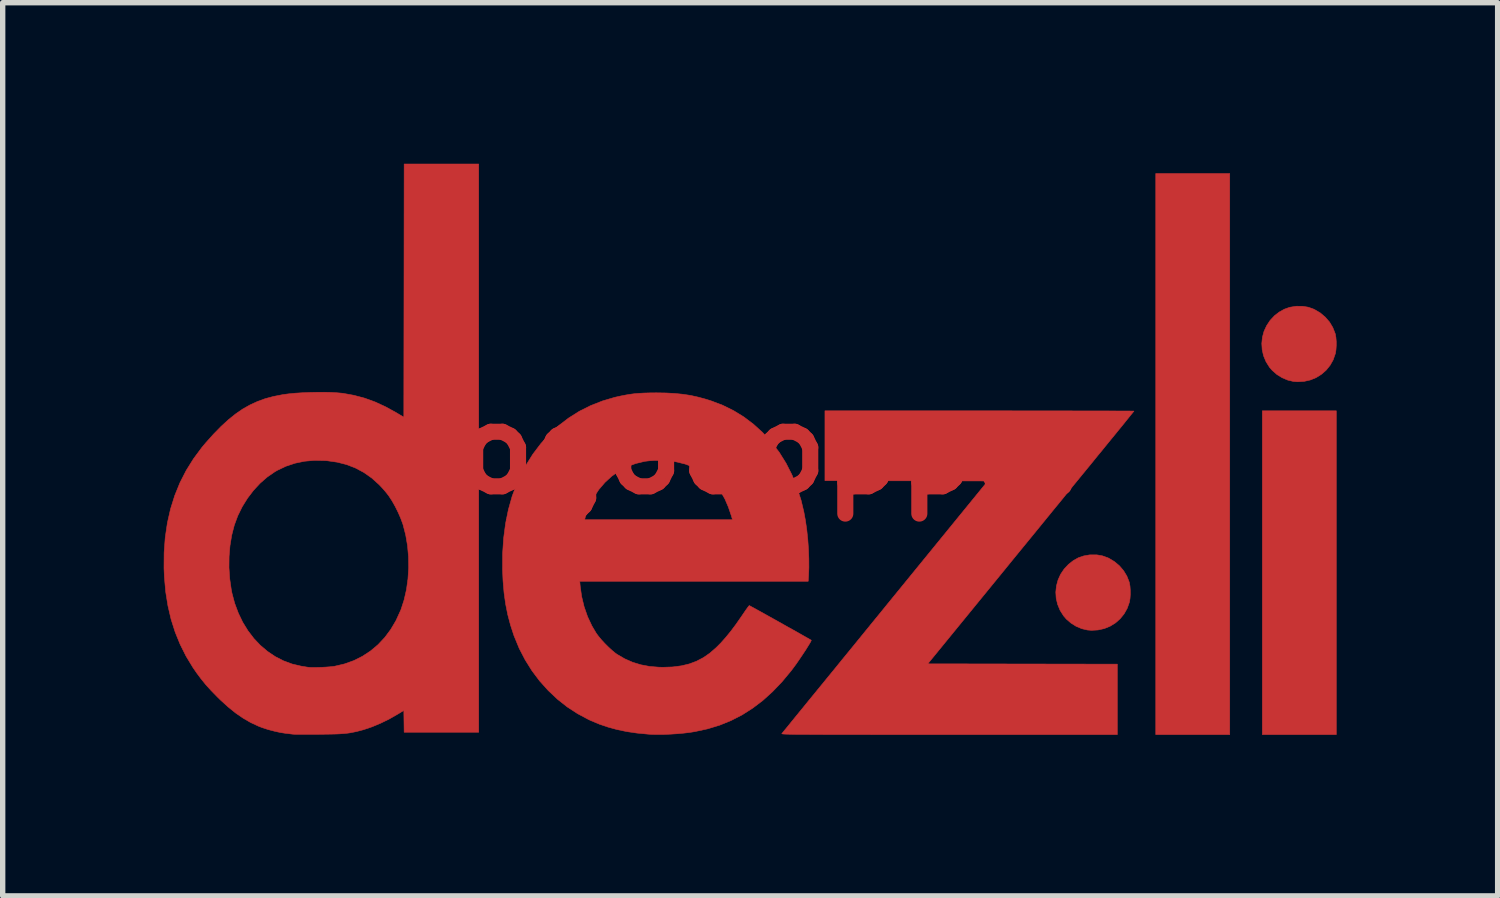
<source format=kicad_pcb>
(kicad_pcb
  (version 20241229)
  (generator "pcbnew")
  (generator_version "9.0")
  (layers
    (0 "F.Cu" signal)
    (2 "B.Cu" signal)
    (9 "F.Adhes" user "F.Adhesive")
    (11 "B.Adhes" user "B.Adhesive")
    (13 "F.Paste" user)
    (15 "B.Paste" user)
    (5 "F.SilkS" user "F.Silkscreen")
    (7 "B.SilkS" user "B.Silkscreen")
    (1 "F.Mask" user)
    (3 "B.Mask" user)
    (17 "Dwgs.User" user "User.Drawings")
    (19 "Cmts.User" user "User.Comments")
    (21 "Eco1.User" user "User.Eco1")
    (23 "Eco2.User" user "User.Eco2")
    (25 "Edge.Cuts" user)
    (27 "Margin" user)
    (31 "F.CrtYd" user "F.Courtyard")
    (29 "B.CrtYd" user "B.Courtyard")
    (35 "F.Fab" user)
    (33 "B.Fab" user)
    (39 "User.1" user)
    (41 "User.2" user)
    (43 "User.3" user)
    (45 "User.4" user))
  (footprint "logocopper"
    (layer "F.Cu")
    (at 11.026 5.319)
    (property "Reference" "logocopper" (at 0 0 0) (layer "F.Cu") (effects (font (size 1.524 1.524) (thickness 0.3))))
    (attr through_hole)
    (fp_poly (pts (xy 8.83 5.314) (xy 7.452 5.314) (xy 7.452 -5.137) (xy 8.83 -5.137) (xy 8.83 5.314)) (stroke (width 0.01) (type solid)) (fill yes) (layer "F.Cu"))
    (fp_poly (pts (xy 10.815 5.314) (xy 9.437 5.314) (xy 9.437 -0.717) (xy 10.815 -0.717) (xy 10.815 5.314)) (stroke (width 0.01) (type solid)) (fill yes) (layer "F.Cu"))
    (fp_poly (pts (xy 6.353 1.966) (xy 6.457 1.984) (xy 6.558 2.02) (xy 6.576 2.028) (xy 6.681 2.091) (xy 6.774 2.169) (xy 6.852 2.26) (xy 6.914 2.362) (xy 6.957 2.472) (xy 6.961 2.489) (xy 6.972 2.549) (xy 6.977 2.622) (xy 6.978 2.701) (xy 6.973 2.776) (xy 6.963 2.839) (xy 6.961 2.848) (xy 6.92 2.963) (xy 6.862 3.066) (xy 6.788 3.157) (xy 6.701 3.234) (xy 6.602 3.295) (xy 6.494 3.339) (xy 6.378 3.365) (xy 6.257 3.372) (xy 6.179 3.366) (xy 6.073 3.341) (xy 5.97 3.298) (xy 5.873 3.237) (xy 5.787 3.163) (xy 5.736 3.104) (xy 5.67 3) (xy 5.624 2.889) (xy 5.597 2.775) (xy 5.59 2.66) (xy 5.602 2.545) (xy 5.632 2.433) (xy 5.68 2.327) (xy 5.746 2.229) (xy 5.829 2.141) (xy 5.916 2.073) (xy 6.01 2.02) (xy 6.11 1.986) (xy 6.219 1.967) (xy 6.24 1.966) (xy 6.353 1.966)) (stroke (width 0.01) (type solid)) (fill yes) (layer "F.Cu"))
    (fp_poly (pts (xy 10.19 -2.664) (xy 10.293 -2.647) (xy 10.394 -2.611) (xy 10.412 -2.602) (xy 10.517 -2.54) (xy 10.61 -2.461) (xy 10.689 -2.37) (xy 10.75 -2.268) (xy 10.793 -2.158) (xy 10.798 -2.142) (xy 10.808 -2.081) (xy 10.814 -2.008) (xy 10.814 -1.93) (xy 10.809 -1.855) (xy 10.8 -1.791) (xy 10.797 -1.782) (xy 10.757 -1.667) (xy 10.699 -1.564) (xy 10.625 -1.473) (xy 10.538 -1.397) (xy 10.439 -1.335) (xy 10.33 -1.291) (xy 10.214 -1.265) (xy 10.093 -1.258) (xy 10.016 -1.264) (xy 9.91 -1.289) (xy 9.806 -1.333) (xy 9.709 -1.393) (xy 9.624 -1.467) (xy 9.572 -1.526) (xy 9.506 -1.631) (xy 9.46 -1.741) (xy 9.434 -1.855) (xy 9.427 -1.971) (xy 9.438 -2.085) (xy 9.468 -2.197) (xy 9.517 -2.303) (xy 9.582 -2.401) (xy 9.665 -2.49) (xy 9.752 -2.557) (xy 9.847 -2.61) (xy 9.946 -2.645) (xy 10.056 -2.663) (xy 10.077 -2.665) (xy 10.19 -2.664)) (stroke (width 0.01) (type solid)) (fill yes) (layer "F.Cu"))
    (fp_poly (pts (xy 4.418 -0.717) (xy 4.662 -0.717) (xy 4.9 -0.716) (xy 5.13 -0.716) (xy 5.352 -0.716) (xy 5.564 -0.716) (xy 5.765 -0.716) (xy 5.956 -0.715) (xy 6.134 -0.715) (xy 6.299 -0.715) (xy 6.45 -0.715) (xy 6.586 -0.714) (xy 6.707 -0.714) (xy 6.81 -0.713) (xy 6.896 -0.713) (xy 6.963 -0.713) (xy 7.011 -0.712) (xy 7.038 -0.712) (xy 7.045 -0.711) (xy 7.038 -0.702) (xy 7.018 -0.677) (xy 6.986 -0.638) (xy 6.944 -0.585) (xy 6.892 -0.521) (xy 6.832 -0.446) (xy 6.763 -0.362) (xy 6.689 -0.271) (xy 6.608 -0.172) (xy 6.524 -0.069) (xy 6.506 -0.047) (xy 6.443 0.031) (xy 6.366 0.124) (xy 6.278 0.233) (xy 6.179 0.354) (xy 6.07 0.487) (xy 5.952 0.631) (xy 5.827 0.784) (xy 5.696 0.946) (xy 5.558 1.114) (xy 5.417 1.287) (xy 5.272 1.465) (xy 5.125 1.645) (xy 4.976 1.827) (xy 4.827 2.009) (xy 4.679 2.191) (xy 4.587 2.304) (xy 3.205 3.996) (xy 4.971 3.999) (xy 6.736 4.002) (xy 6.736 5.314) (xy 3.603 5.314) (xy 3.292 5.314) (xy 3.002 5.314) (xy 2.732 5.314) (xy 2.483 5.314) (xy 2.252 5.314) (xy 2.04 5.313) (xy 1.845 5.313) (xy 1.667 5.313) (xy 1.505 5.313) (xy 1.359 5.313) (xy 1.227 5.312) (xy 1.109 5.312) (xy 1.003 5.311) (xy 0.911 5.311) (xy 0.83 5.31) (xy 0.759 5.31) (xy 0.699 5.309) (xy 0.648 5.308) (xy 0.606 5.307) (xy 0.571 5.306) (xy 0.544 5.305) (xy 0.523 5.304) (xy 0.507 5.302) (xy 0.497 5.301) (xy 0.49 5.299) (xy 0.487 5.298) (xy 0.487 5.296) (xy 0.487 5.294) (xy 0.496 5.284) (xy 0.517 5.258) (xy 0.552 5.216) (xy 0.599 5.159) (xy 0.657 5.087) (xy 0.726 5.002) (xy 0.806 4.904) (xy 0.896 4.794) (xy 0.995 4.672) (xy 1.103 4.54) (xy 1.22 4.397) (xy 1.344 4.245) (xy 1.475 4.085) (xy 1.612 3.916) (xy 1.756 3.74) (xy 1.905 3.557) (xy 2.058 3.369) (xy 2.216 3.175) (xy 2.378 2.977) (xy 2.414 2.932) (xy 4.324 0.59) (xy 1.29 0.584) (xy 1.29 -0.717) (xy 4.167 -0.717) (xy 4.418 -0.717)) (stroke (width 0.01) (type solid)) (fill yes) (layer "F.Cu"))
    (fp_poly (pts (xy -5.159 5.27) (xy -6.548 5.27) (xy -6.551 5.067) (xy -6.554 4.864) (xy -6.669 4.934) (xy -6.826 5.024) (xy -6.988 5.103) (xy -7.148 5.17) (xy -7.302 5.222) (xy -7.372 5.241) (xy -7.435 5.257) (xy -7.493 5.269) (xy -7.548 5.28) (xy -7.604 5.288) (xy -7.663 5.294) (xy -7.729 5.299) (xy -7.805 5.303) (xy -7.893 5.305) (xy -7.997 5.307) (xy -8.119 5.308) (xy -8.147 5.309) (xy -8.244 5.309) (xy -8.335 5.309) (xy -8.418 5.309) (xy -8.49 5.309) (xy -8.548 5.309) (xy -8.59 5.308) (xy -8.613 5.307) (xy -8.615 5.307) (xy -8.641 5.304) (xy -8.682 5.299) (xy -8.73 5.293) (xy -8.753 5.291) (xy -8.855 5.275) (xy -8.967 5.25) (xy -9.082 5.22) (xy -9.19 5.185) (xy -9.267 5.155) (xy -9.41 5.088) (xy -9.549 5.007) (xy -9.687 4.912) (xy -9.827 4.799) (xy -9.971 4.668) (xy -10.032 4.608) (xy -10.144 4.493) (xy -10.242 4.385) (xy -10.329 4.278) (xy -10.411 4.168) (xy -10.48 4.068) (xy -10.61 3.854) (xy -10.721 3.632) (xy -10.814 3.403) (xy -10.89 3.164) (xy -10.948 2.914) (xy -10.99 2.652) (xy -11.014 2.377) (xy -11.021 2.216) (xy -11.021 2.205) (xy -9.811 2.205) (xy -9.797 2.411) (xy -9.768 2.613) (xy -9.756 2.676) (xy -9.705 2.868) (xy -9.637 3.05) (xy -9.555 3.221) (xy -9.458 3.379) (xy -9.348 3.523) (xy -9.226 3.652) (xy -9.092 3.765) (xy -8.948 3.862) (xy -8.795 3.94) (xy -8.633 4) (xy -8.467 4.039) (xy -8.416 4.047) (xy -8.369 4.055) (xy -8.334 4.06) (xy -8.323 4.061) (xy -8.284 4.064) (xy -8.228 4.064) (xy -8.16 4.063) (xy -8.087 4.061) (xy -8.013 4.057) (xy -7.943 4.052) (xy -7.884 4.046) (xy -7.844 4.041) (xy -7.66 3.998) (xy -7.487 3.936) (xy -7.325 3.855) (xy -7.174 3.756) (xy -7.036 3.64) (xy -6.91 3.506) (xy -6.798 3.356) (xy -6.7 3.19) (xy -6.617 3.008) (xy -6.607 2.985) (xy -6.549 2.806) (xy -6.505 2.614) (xy -6.477 2.414) (xy -6.464 2.208) (xy -6.467 2.001) (xy -6.485 1.796) (xy -6.519 1.596) (xy -6.568 1.406) (xy -6.576 1.382) (xy -6.613 1.283) (xy -6.66 1.175) (xy -6.714 1.066) (xy -6.772 0.963) (xy -6.83 0.874) (xy -6.832 0.871) (xy -6.87 0.821) (xy -6.918 0.763) (xy -6.97 0.705) (xy -7.017 0.656) (xy -7.153 0.534) (xy -7.298 0.432) (xy -7.453 0.349) (xy -7.618 0.285) (xy -7.794 0.24) (xy -7.982 0.213) (xy -8.024 0.21) (xy -8.217 0.206) (xy -8.402 0.222) (xy -8.58 0.259) (xy -8.749 0.315) (xy -8.909 0.391) (xy -8.956 0.418) (xy -9.098 0.516) (xy -9.232 0.633) (xy -9.355 0.766) (xy -9.467 0.913) (xy -9.565 1.071) (xy -9.647 1.238) (xy -9.711 1.411) (xy -9.713 1.417) (xy -9.76 1.6) (xy -9.792 1.795) (xy -9.809 1.998) (xy -9.811 2.205) (xy -11.021 2.205) (xy -11.019 1.923) (xy -10.998 1.641) (xy -10.958 1.37) (xy -10.899 1.11) (xy -10.821 0.861) (xy -10.724 0.622) (xy -10.607 0.393) (xy -10.471 0.175) (xy -10.316 -0.034) (xy -10.243 -0.121) (xy -10.098 -0.283) (xy -9.959 -0.425) (xy -9.823 -0.55) (xy -9.69 -0.657) (xy -9.557 -0.749) (xy -9.421 -0.826) (xy -9.282 -0.89) (xy -9.137 -0.943) (xy -8.984 -0.984) (xy -8.821 -1.016) (xy -8.806 -1.019) (xy -8.7 -1.033) (xy -8.58 -1.045) (xy -8.449 -1.053) (xy -8.312 -1.059) (xy -8.174 -1.062) (xy -8.039 -1.063) (xy -7.912 -1.06) (xy -7.797 -1.053) (xy -7.698 -1.044) (xy -7.689 -1.043) (xy -7.485 -1.006) (xy -7.285 -0.953) (xy -7.089 -0.882) (xy -6.892 -0.791) (xy -6.692 -0.681) (xy -6.681 -0.674) (xy -6.554 -0.598) (xy -6.551 -2.956) (xy -6.548 -5.314) (xy -5.159 -5.314) (xy -5.159 5.27)) (stroke (width 0.01) (type solid)) (fill yes) (layer "F.Cu"))
    (fp_poly (pts (xy -1.667 -1.049) (xy -1.505 -1.04) (xy -1.354 -1.025) (xy -1.211 -1.003) (xy -1.071 -0.972) (xy -0.928 -0.933) (xy -0.832 -0.903) (xy -0.616 -0.821) (xy -0.413 -0.721) (xy -0.222 -0.604) (xy -0.041 -0.467) (xy 0.131 -0.311) (xy 0.138 -0.303) (xy 0.297 -0.129) (xy 0.44 0.058) (xy 0.566 0.26) (xy 0.675 0.475) (xy 0.768 0.706) (xy 0.846 0.951) (xy 0.897 1.165) (xy 0.926 1.323) (xy 0.951 1.495) (xy 0.97 1.675) (xy 0.983 1.857) (xy 0.99 2.036) (xy 0.991 2.205) (xy 0.985 2.351) (xy 0.978 2.458) (xy -3.277 2.458) (xy -3.269 2.549) (xy -3.242 2.742) (xy -3.196 2.932) (xy -3.132 3.116) (xy -3.051 3.289) (xy -2.968 3.429) (xy -2.926 3.485) (xy -2.872 3.55) (xy -2.81 3.617) (xy -2.745 3.682) (xy -2.68 3.742) (xy -2.621 3.791) (xy -2.584 3.818) (xy -2.44 3.902) (xy -2.292 3.967) (xy -2.138 4.014) (xy -1.973 4.045) (xy -1.796 4.059) (xy -1.72 4.06) (xy -1.545 4.054) (xy -1.385 4.033) (xy -1.238 3.998) (xy -1.102 3.947) (xy -0.974 3.88) (xy -0.853 3.796) (xy -0.738 3.696) (xy -0.647 3.605) (xy -0.556 3.502) (xy -0.462 3.387) (xy -0.365 3.257) (xy -0.262 3.109) (xy -0.226 3.056) (xy -0.192 3.006) (xy -0.162 2.964) (xy -0.139 2.932) (xy -0.123 2.914) (xy -0.119 2.91) (xy -0.108 2.916) (xy -0.081 2.931) (xy -0.038 2.954) (xy 0.018 2.985) (xy 0.085 3.022) (xy 0.161 3.064) (xy 0.243 3.11) (xy 0.331 3.159) (xy 0.422 3.21) (xy 0.513 3.261) (xy 0.603 3.312) (xy 0.69 3.36) (xy 0.772 3.406) (xy 0.846 3.448) (xy 0.911 3.485) (xy 0.964 3.515) (xy 1.004 3.538) (xy 1.028 3.552) (xy 1.035 3.556) (xy 1.032 3.568) (xy 1.018 3.595) (xy 0.995 3.634) (xy 0.964 3.684) (xy 0.928 3.742) (xy 0.886 3.805) (xy 0.842 3.871) (xy 0.797 3.937) (xy 0.753 4.001) (xy 0.71 4.059) (xy 0.672 4.11) (xy 0.663 4.122) (xy 0.492 4.328) (xy 0.315 4.513) (xy 0.133 4.678) (xy -0.057 4.822) (xy -0.253 4.947) (xy -0.458 5.052) (xy -0.672 5.139) (xy -0.896 5.207) (xy -1.131 5.258) (xy -1.23 5.274) (xy -1.34 5.287) (xy -1.462 5.298) (xy -1.588 5.306) (xy -1.713 5.311) (xy -1.832 5.312) (xy -1.939 5.31) (xy -2.001 5.306) (xy -2.21 5.286) (xy -2.401 5.258) (xy -2.58 5.221) (xy -2.748 5.175) (xy -2.911 5.12) (xy -3.071 5.053) (xy -3.114 5.033) (xy -3.318 4.924) (xy -3.513 4.797) (xy -3.696 4.652) (xy -3.866 4.491) (xy -4.024 4.315) (xy -4.167 4.125) (xy -4.294 3.922) (xy -4.405 3.708) (xy -4.497 3.484) (xy -4.502 3.473) (xy -4.566 3.277) (xy -4.618 3.081) (xy -4.658 2.881) (xy -4.687 2.673) (xy -4.706 2.452) (xy -4.715 2.243) (xy -4.714 1.943) (xy -4.695 1.657) (xy -4.659 1.383) (xy -4.645 1.312) (xy -3.186 1.312) (xy -0.432 1.312) (xy -0.452 1.243) (xy -0.509 1.075) (xy -0.574 0.924) (xy -0.651 0.789) (xy -0.74 0.668) (xy -0.831 0.567) (xy -0.94 0.47) (xy -1.055 0.39) (xy -1.179 0.325) (xy -1.315 0.274) (xy -1.466 0.237) (xy -1.532 0.224) (xy -1.609 0.215) (xy -1.7 0.209) (xy -1.797 0.207) (xy -1.893 0.208) (xy -1.983 0.214) (xy -2.058 0.223) (xy -2.067 0.224) (xy -2.236 0.265) (xy -2.396 0.325) (xy -2.545 0.405) (xy -2.683 0.502) (xy -2.808 0.617) (xy -2.921 0.749) (xy -3.019 0.897) (xy -3.068 0.987) (xy -3.091 1.037) (xy -3.116 1.098) (xy -3.141 1.162) (xy -3.162 1.223) (xy -3.177 1.273) (xy -3.179 1.282) (xy -3.186 1.312) (xy -4.645 1.312) (xy -4.606 1.122) (xy -4.536 0.873) (xy -4.448 0.636) (xy -4.342 0.41) (xy -4.283 0.302) (xy -4.151 0.091) (xy -4.004 -0.103) (xy -3.844 -0.281) (xy -3.67 -0.441) (xy -3.484 -0.583) (xy -3.286 -0.708) (xy -3.077 -0.813) (xy -2.856 -0.9) (xy -2.626 -0.968) (xy -2.523 -0.991) (xy -2.427 -1.01) (xy -2.339 -1.025) (xy -2.254 -1.036) (xy -2.167 -1.043) (xy -2.072 -1.048) (xy -1.965 -1.051) (xy -1.847 -1.052) (xy -1.667 -1.049)) (stroke (width 0.01) (type solid)) (fill yes) (layer "F.Cu")))
  (gr_rect
    (start -3 -3)
    (end 24.846 13.637)
    (stroke (width 0.1) (type default))
    (fill no)
    (layer "Edge.Cuts")))
</source>
